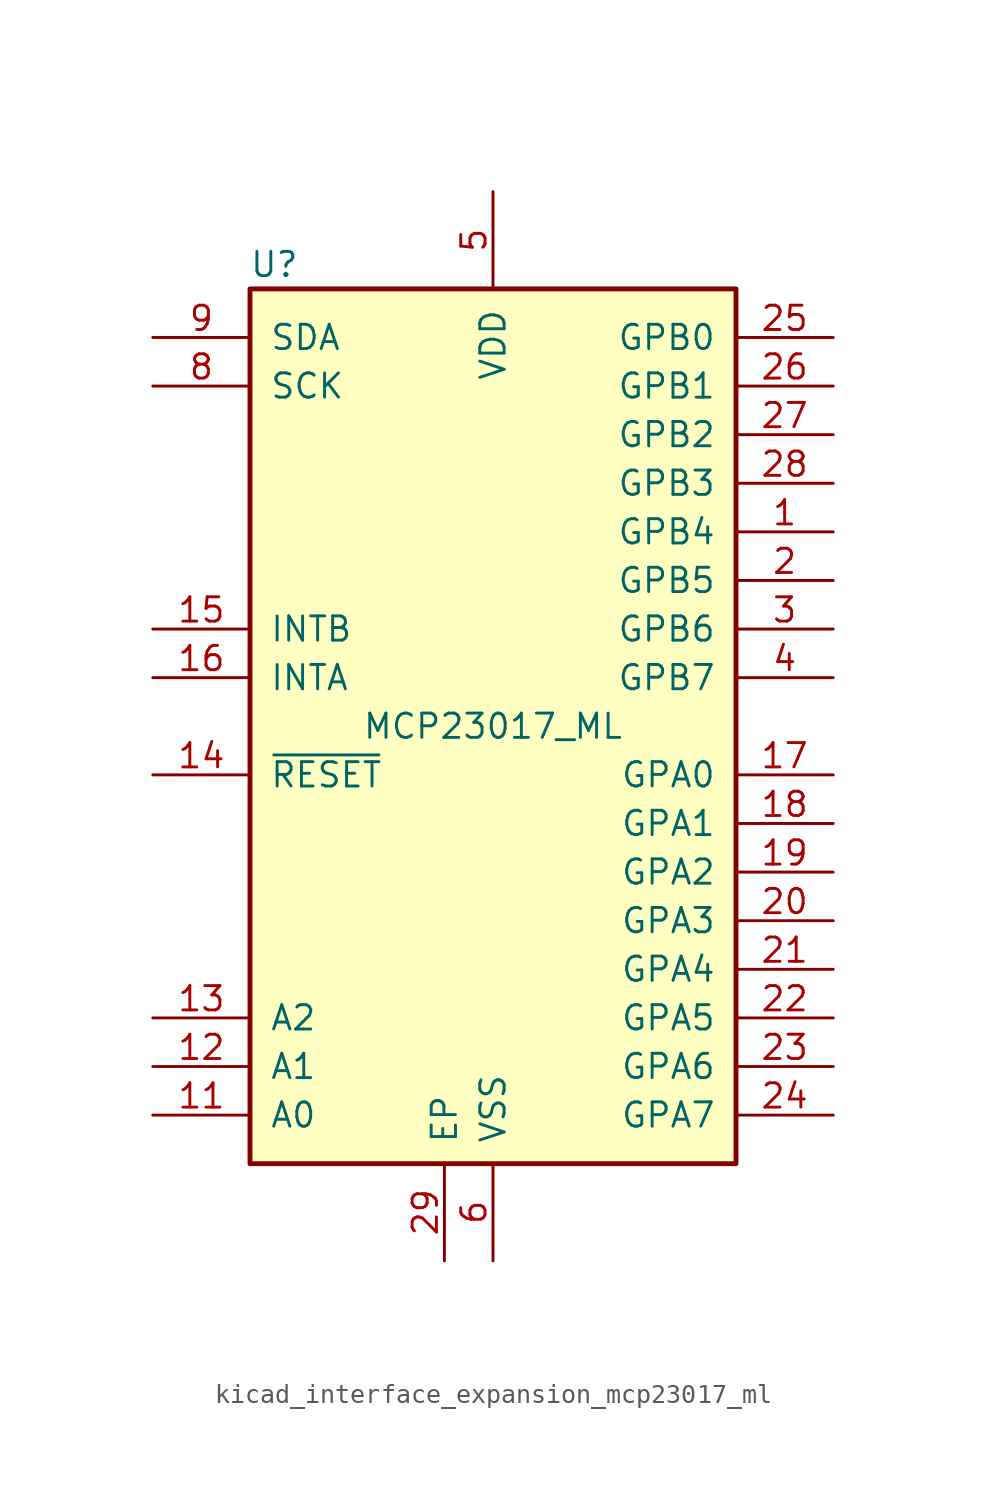
<source format=kicad_sym>
(kicad_symbol_lib
  (version 20220914)
  (generator kicad_symbol_editor)
  (symbol "kicad_interface_expansion_mcp23017_ml"
    (pin_names
      (offset 1.016))
    (property "Reference" "U"
      (at -11.43 24.13 0)
      (effects (font (size 1.27 1.27))))
    (property "Value" "MCP23017_ML"
      (at 0 0 0)
      (effects (font (size 1.27 1.27))))
    (symbol "kicad_interface_expansion_mcp23017_ml_0_1"
      (rectangle (start -12.7 22.86) (end 12.7 -22.86) (stroke (width 0.254) (type default)) (fill (type background))))
    (symbol "kicad_interface_expansion_mcp23017_ml_1_1"
      (pin bidirectional line (at 17.78 10.16 180) (length 5.08) (name "GPB4" (effects (font (size 1.27 1.27)))) (number "1" (effects (font (size 1.27 1.27)))))
      (pin no_connect line (at -12.7 12.7 0) (length 5.08) hide (name "NC" (effects (font (size 1.27 1.27)))) (number "10" (effects (font (size 1.27 1.27)))))
      (pin input line (at -17.78 -20.32 0) (length 5.08) (name "A0" (effects (font (size 1.27 1.27)))) (number "11" (effects (font (size 1.27 1.27)))))
      (pin input line (at -17.78 -17.78 0) (length 5.08) (name "A1" (effects (font (size 1.27 1.27)))) (number "12" (effects (font (size 1.27 1.27)))))
      (pin input line (at -17.78 -15.24 0) (length 5.08) (name "A2" (effects (font (size 1.27 1.27)))) (number "13" (effects (font (size 1.27 1.27)))))
      (pin input line (at -17.78 -2.54 0) (length 5.08) (name "~{RESET}" (effects (font (size 1.27 1.27)))) (number "14" (effects (font (size 1.27 1.27)))))
      (pin tri_state line (at -17.78 5.08 0) (length 5.08) (name "INTB" (effects (font (size 1.27 1.27)))) (number "15" (effects (font (size 1.27 1.27)))))
      (pin tri_state line (at -17.78 2.54 0) (length 5.08) (name "INTA" (effects (font (size 1.27 1.27)))) (number "16" (effects (font (size 1.27 1.27)))))
      (pin bidirectional line (at 17.78 -2.54 180) (length 5.08) (name "GPA0" (effects (font (size 1.27 1.27)))) (number "17" (effects (font (size 1.27 1.27)))))
      (pin bidirectional line (at 17.78 -5.08 180) (length 5.08) (name "GPA1" (effects (font (size 1.27 1.27)))) (number "18" (effects (font (size 1.27 1.27)))))
      (pin bidirectional line (at 17.78 -7.62 180) (length 5.08) (name "GPA2" (effects (font (size 1.27 1.27)))) (number "19" (effects (font (size 1.27 1.27)))))
      (pin bidirectional line (at 17.78 7.62 180) (length 5.08) (name "GPB5" (effects (font (size 1.27 1.27)))) (number "2" (effects (font (size 1.27 1.27)))))
      (pin bidirectional line (at 17.78 -10.16 180) (length 5.08) (name "GPA3" (effects (font (size 1.27 1.27)))) (number "20" (effects (font (size 1.27 1.27)))))
      (pin bidirectional line (at 17.78 -12.7 180) (length 5.08) (name "GPA4" (effects (font (size 1.27 1.27)))) (number "21" (effects (font (size 1.27 1.27)))))
      (pin bidirectional line (at 17.78 -15.24 180) (length 5.08) (name "GPA5" (effects (font (size 1.27 1.27)))) (number "22" (effects (font (size 1.27 1.27)))))
      (pin bidirectional line (at 17.78 -17.78 180) (length 5.08) (name "GPA6" (effects (font (size 1.27 1.27)))) (number "23" (effects (font (size 1.27 1.27)))))
      (pin bidirectional line (at 17.78 -20.32 180) (length 5.08) (name "GPA7" (effects (font (size 1.27 1.27)))) (number "24" (effects (font (size 1.27 1.27)))))
      (pin bidirectional line (at 17.78 20.32 180) (length 5.08) (name "GPB0" (effects (font (size 1.27 1.27)))) (number "25" (effects (font (size 1.27 1.27)))))
      (pin bidirectional line (at 17.78 17.78 180) (length 5.08) (name "GPB1" (effects (font (size 1.27 1.27)))) (number "26" (effects (font (size 1.27 1.27)))))
      (pin bidirectional line (at 17.78 15.24 180) (length 5.08) (name "GPB2" (effects (font (size 1.27 1.27)))) (number "27" (effects (font (size 1.27 1.27)))))
      (pin bidirectional line (at 17.78 12.7 180) (length 5.08) (name "GPB3" (effects (font (size 1.27 1.27)))) (number "28" (effects (font (size 1.27 1.27)))))
      (pin passive line (at -2.54 -27.94 90) (length 5.08) (name "EP" (effects (font (size 1.27 1.27)))) (number "29" (effects (font (size 1.27 1.27)))))
      (pin bidirectional line (at 17.78 5.08 180) (length 5.08) (name "GPB6" (effects (font (size 1.27 1.27)))) (number "3" (effects (font (size 1.27 1.27)))))
      (pin bidirectional line (at 17.78 2.54 180) (length 5.08) (name "GPB7" (effects (font (size 1.27 1.27)))) (number "4" (effects (font (size 1.27 1.27)))))
      (pin power_in line (at 0 27.94 270) (length 5.08) (name "VDD" (effects (font (size 1.27 1.27)))) (number "5" (effects (font (size 1.27 1.27)))))
      (pin power_in line (at 0 -27.94 90) (length 5.08) (name "VSS" (effects (font (size 1.27 1.27)))) (number "6" (effects (font (size 1.27 1.27)))))
      (pin no_connect line (at -12.7 15.24 0) (length 5.08) hide (name "NC" (effects (font (size 1.27 1.27)))) (number "7" (effects (font (size 1.27 1.27)))))
      (pin input line (at -17.78 17.78 0) (length 5.08) (name "SCK" (effects (font (size 1.27 1.27)))) (number "8" (effects (font (size 1.27 1.27)))))
      (pin bidirectional line (at -17.78 20.32 0) (length 5.08) (name "SDA" (effects (font (size 1.27 1.27)))) (number "9" (effects (font (size 1.27 1.27))))))))
</source>
